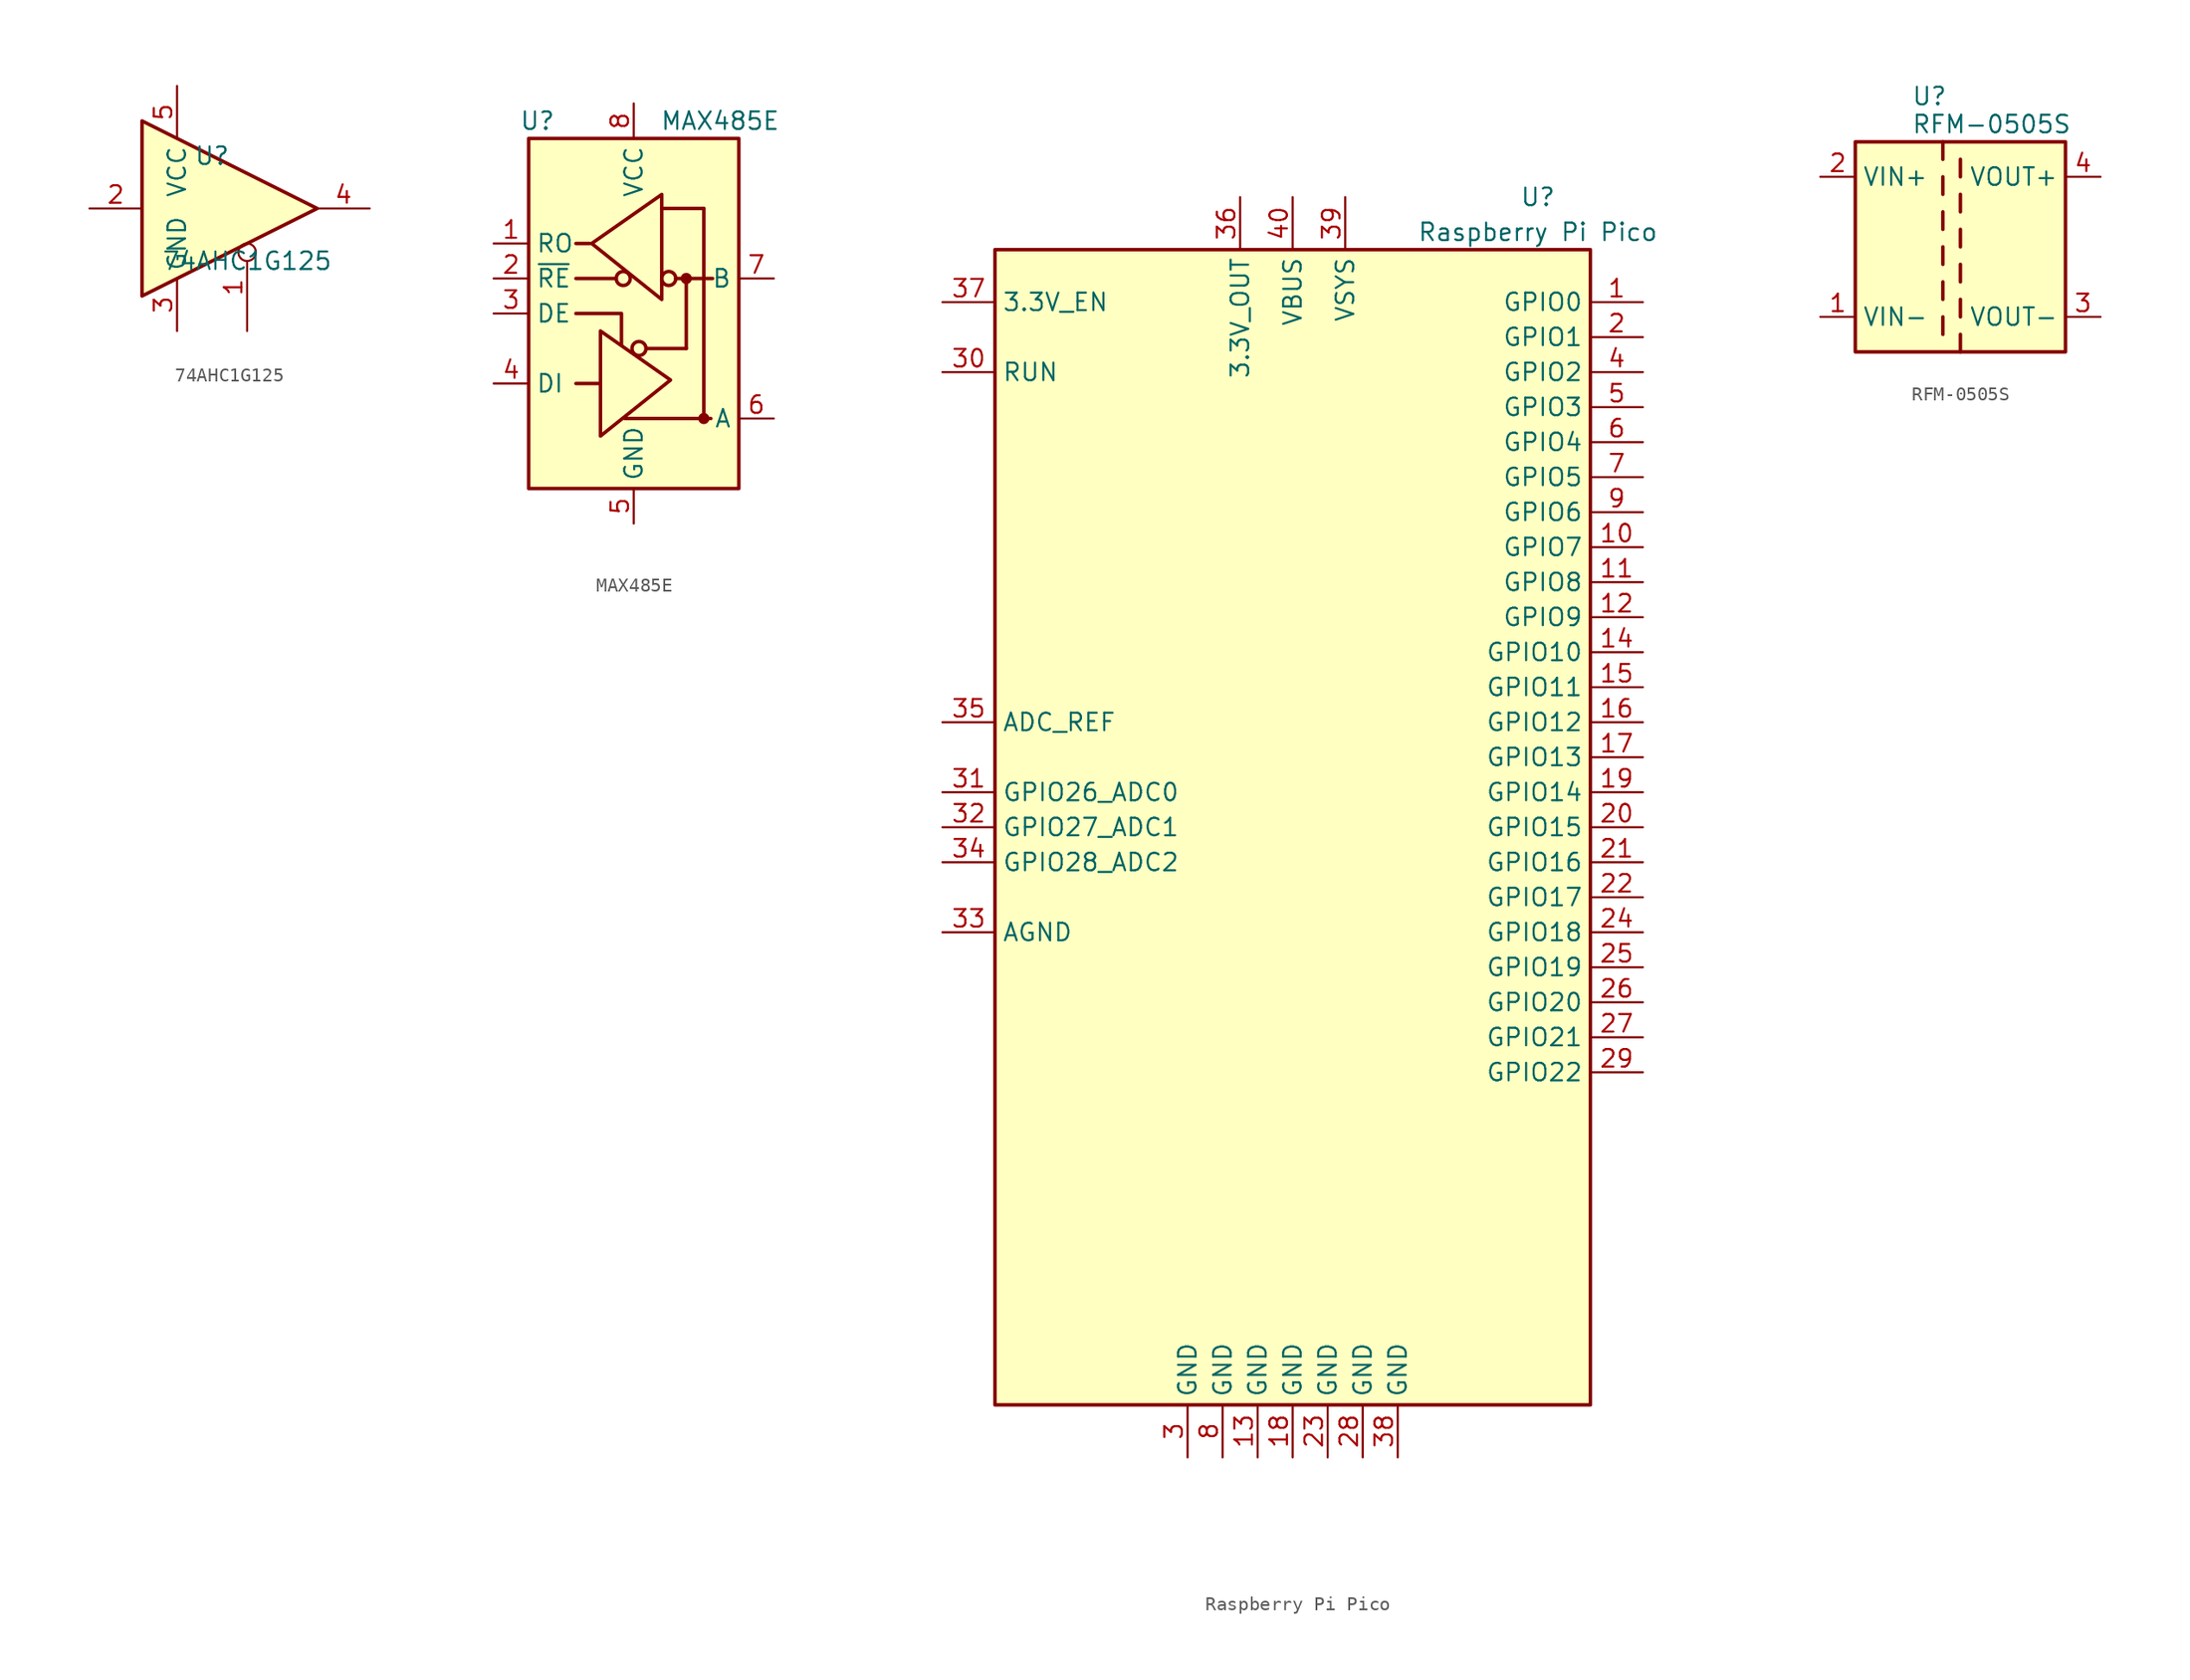
<source format=kicad_sym>
(kicad_symbol_lib
  (version 20231120)
  (generator "kicad_symbol_editor")
  (generator_version "8.0")
  (symbol "74AHC1G125"
    (property "Reference" "U"
      (at -2.54 3.81 0)
      (effects (font (size 1.27 1.27))))
    (property "Value" "74AHC1G125"
      (at 0 -3.81 0)
      (effects (font (size 1.27 1.27))))
    (symbol "74AHC1G125_0_1"
      (polyline (pts (xy -7.62 6.35) (xy -7.62 -6.35) (xy 5.08 0) (xy -7.62 6.35)) (stroke (width 0.254) (type default)) (fill (type background))))
    (symbol "74AHC1G125_1_1"
      (pin input inverted (at 0 -8.89 90) (length 6.35) (name "~" (effects (font (size 1.27 1.27)))) (number "1" (effects (font (size 1.27 1.27)))))
      (pin input line (at -11.43 0 0) (length 3.81) (name "~" (effects (font (size 1.27 1.27)))) (number "2" (effects (font (size 1.27 1.27)))))
      (pin power_in line (at -5.08 -8.89 90) (length 3.81) (name "GND" (effects (font (size 1.27 1.27)))) (number "3" (effects (font (size 1.27 1.27)))))
      (pin tri_state line (at 8.89 0 180) (length 3.81) (name "~" (effects (font (size 1.27 1.27)))) (number "4" (effects (font (size 1.27 1.27)))))
      (pin power_in line (at -5.08 8.89 270) (length 3.81) (name "VCC" (effects (font (size 1.27 1.27)))) (number "5" (effects (font (size 1.27 1.27)))))))
  (symbol "MAX485E"
    (property "Reference" "U"
      (at -6.985 13.97 0)
      (effects (font (size 1.27 1.27))))
    (property "Value" "MAX485E"
      (at 1.905 13.97 0)
      (effects (font (size 1.27 1.27)) (justify left)))
    (symbol "MAX485E_0_1"
      (rectangle (start -7.62 12.7) (end 7.62 -12.7) (stroke (width 0.254) (type default)) (fill (type background)))
      (polyline (pts (xy -4.191 2.54) (xy -1.27 2.54)) (stroke (width 0.254) (type default)) (fill (type none)))
      (polyline (pts (xy -2.54 -5.08) (xy -4.191 -5.08)) (stroke (width 0.254) (type default)) (fill (type none)))
      (polyline (pts (xy -0.635 -7.62) (xy 5.588 -7.62)) (stroke (width 0.254) (type default)) (fill (type none)))
      (polyline (pts (xy 0.889 -2.54) (xy 3.81 -2.54)) (stroke (width 0.254) (type default)) (fill (type none)))
      (polyline (pts (xy 2.032 7.62) (xy 5.08 7.62)) (stroke (width 0.254) (type default)) (fill (type none)))
      (polyline (pts (xy 3.048 2.54) (xy 5.715 2.54)) (stroke (width 0.254) (type default)) (fill (type none)))
      (polyline (pts (xy 3.81 -2.54) (xy 3.81 2.54)) (stroke (width 0.254) (type default)) (fill (type none)))
      (polyline (pts (xy 5.08 -7.62) (xy 5.08 7.62)) (stroke (width 0.254) (type default)) (fill (type none)))
      (polyline (pts (xy -4.191 0) (xy -0.889 0) (xy -0.889 -2.286)) (stroke (width 0.254) (type default)) (fill (type none)))
      (polyline (pts (xy -3.175 5.08) (xy -4.191 5.08) (xy -4.064 5.08)) (stroke (width 0.254) (type default)) (fill (type none)))
      (polyline (pts (xy -2.413 -5.08) (xy -2.413 -1.27) (xy 2.667 -4.826) (xy -2.413 -8.89) (xy -2.413 -5.08)) (stroke (width 0.254) (type default)) (fill (type none)))
      (circle (center 0.381 -2.54) (radius 0.508) (stroke (width 0.254) (type default)) (fill (type none)))
      (circle (center 3.81 2.54) (radius 0.279) (stroke (width 0.254) (type default)) (fill (type outline))))
    (symbol "MAX485E_1_1"
      (circle (center -0.762 2.54) (radius 0.508) (stroke (width 0.254) (type default)) (fill (type none)))
      (polyline (pts (xy 2.032 4.826) (xy 2.032 8.636) (xy -3.048 5.08) (xy 2.032 1.016) (xy 2.032 4.826)) (stroke (width 0.254) (type default)) (fill (type none)))
      (circle (center 2.54 2.54) (radius 0.508) (stroke (width 0.254) (type default)) (fill (type none)))
      (circle (center 5.08 -7.62) (radius 0.279) (stroke (width 0.254) (type default)) (fill (type outline)))
      (pin output line (at -10.16 5.08 0) (length 2.54) (name "RO" (effects (font (size 1.27 1.27)))) (number "1" (effects (font (size 1.27 1.27)))))
      (pin input line (at -10.16 2.54 0) (length 2.54) (name "~{RE}" (effects (font (size 1.27 1.27)))) (number "2" (effects (font (size 1.27 1.27)))))
      (pin input line (at -10.16 0 0) (length 2.54) (name "DE" (effects (font (size 1.27 1.27)))) (number "3" (effects (font (size 1.27 1.27)))))
      (pin input line (at -10.16 -5.08 0) (length 2.54) (name "DI" (effects (font (size 1.27 1.27)))) (number "4" (effects (font (size 1.27 1.27)))))
      (pin power_in line (at 0 -15.24 90) (length 2.54) (name "GND" (effects (font (size 1.27 1.27)))) (number "5" (effects (font (size 1.27 1.27)))))
      (pin bidirectional line (at 10.16 -7.62 180) (length 2.54) (name "A" (effects (font (size 1.27 1.27)))) (number "6" (effects (font (size 1.27 1.27)))))
      (pin bidirectional line (at 10.16 2.54 180) (length 2.54) (name "B" (effects (font (size 1.27 1.27)))) (number "7" (effects (font (size 1.27 1.27)))))
      (pin power_in line (at 0 15.24 270) (length 2.54) (name "VCC" (effects (font (size 1.27 1.27)))) (number "8" (effects (font (size 1.27 1.27)))))))
  (symbol "Raspberry Pi Pico"
    (property "Reference" "U"
      (at 17.78 45.72 0)
      (effects (font (size 1.27 1.27))))
    (property "Value" "Raspberry Pi Pico"
      (at 17.78 43.18 0)
      (effects (font (size 1.27 1.27))))
    (symbol "Raspberry Pi Pico_0_1"
      (rectangle (start -21.59 41.91) (end 21.59 -41.91) (stroke (width 0.254) (type default)) (fill (type background))))
    (symbol "Raspberry Pi Pico_1_1"
      (pin bidirectional line (at 25.4 38.1 180) (length 3.81) (name "GPIO0" (effects (font (size 1.27 1.27)))) (number "1" (effects (font (size 1.27 1.27)))))
      (pin bidirectional line (at 25.4 20.32 180) (length 3.81) (name "GPIO7" (effects (font (size 1.27 1.27)))) (number "10" (effects (font (size 1.27 1.27)))))
      (pin bidirectional line (at 25.4 17.78 180) (length 3.81) (name "GPIO8" (effects (font (size 1.27 1.27)))) (number "11" (effects (font (size 1.27 1.27)))))
      (pin bidirectional line (at 25.4 15.24 180) (length 3.81) (name "GPIO9" (effects (font (size 1.27 1.27)))) (number "12" (effects (font (size 1.27 1.27)))))
      (pin power_in line (at -2.54 -45.72 90) (length 3.81) (name "GND" (effects (font (size 1.27 1.27)))) (number "13" (effects (font (size 1.27 1.27)))))
      (pin bidirectional line (at 25.4 12.7 180) (length 3.81) (name "GPIO10" (effects (font (size 1.27 1.27)))) (number "14" (effects (font (size 1.27 1.27)))))
      (pin bidirectional line (at 25.4 10.16 180) (length 3.81) (name "GPIO11" (effects (font (size 1.27 1.27)))) (number "15" (effects (font (size 1.27 1.27)))))
      (pin bidirectional line (at 25.4 7.62 180) (length 3.81) (name "GPIO12" (effects (font (size 1.27 1.27)))) (number "16" (effects (font (size 1.27 1.27)))))
      (pin bidirectional line (at 25.4 5.08 180) (length 3.81) (name "GPIO13" (effects (font (size 1.27 1.27)))) (number "17" (effects (font (size 1.27 1.27)))))
      (pin power_in line (at 0 -45.72 90) (length 3.81) (name "GND" (effects (font (size 1.27 1.27)))) (number "18" (effects (font (size 1.27 1.27)))))
      (pin bidirectional line (at 25.4 2.54 180) (length 3.81) (name "GPIO14" (effects (font (size 1.27 1.27)))) (number "19" (effects (font (size 1.27 1.27)))))
      (pin bidirectional line (at 25.4 35.56 180) (length 3.81) (name "GPIO1" (effects (font (size 1.27 1.27)))) (number "2" (effects (font (size 1.27 1.27)))))
      (pin bidirectional line (at 25.4 0 180) (length 3.81) (name "GPIO15" (effects (font (size 1.27 1.27)))) (number "20" (effects (font (size 1.27 1.27)))))
      (pin bidirectional line (at 25.4 -2.54 180) (length 3.81) (name "GPIO16" (effects (font (size 1.27 1.27)))) (number "21" (effects (font (size 1.27 1.27)))))
      (pin bidirectional line (at 25.4 -5.08 180) (length 3.81) (name "GPIO17" (effects (font (size 1.27 1.27)))) (number "22" (effects (font (size 1.27 1.27)))))
      (pin power_in line (at 2.54 -45.72 90) (length 3.81) (name "GND" (effects (font (size 1.27 1.27)))) (number "23" (effects (font (size 1.27 1.27)))))
      (pin bidirectional line (at 25.4 -7.62 180) (length 3.81) (name "GPIO18" (effects (font (size 1.27 1.27)))) (number "24" (effects (font (size 1.27 1.27)))))
      (pin bidirectional line (at 25.4 -10.16 180) (length 3.81) (name "GPIO19" (effects (font (size 1.27 1.27)))) (number "25" (effects (font (size 1.27 1.27)))))
      (pin bidirectional line (at 25.4 -12.7 180) (length 3.81) (name "GPIO20" (effects (font (size 1.27 1.27)))) (number "26" (effects (font (size 1.27 1.27)))))
      (pin bidirectional line (at 25.4 -15.24 180) (length 3.81) (name "GPIO21" (effects (font (size 1.27 1.27)))) (number "27" (effects (font (size 1.27 1.27)))))
      (pin power_in line (at 5.08 -45.72 90) (length 3.81) (name "GND" (effects (font (size 1.27 1.27)))) (number "28" (effects (font (size 1.27 1.27)))))
      (pin bidirectional line (at 25.4 -17.78 180) (length 3.81) (name "GPIO22" (effects (font (size 1.27 1.27)))) (number "29" (effects (font (size 1.27 1.27)))))
      (pin power_in line (at -7.62 -45.72 90) (length 3.81) (name "GND" (effects (font (size 1.27 1.27)))) (number "3" (effects (font (size 1.27 1.27)))))
      (pin input line (at -25.4 33.02 0) (length 3.81) (name "RUN" (effects (font (size 1.27 1.27)))) (number "30" (effects (font (size 1.27 1.27)))))
      (pin bidirectional line (at -25.4 2.54 0) (length 3.81) (name "GPIO26_ADC0" (effects (font (size 1.27 1.27)))) (number "31" (effects (font (size 1.27 1.27)))))
      (pin bidirectional line (at -25.4 0 0) (length 3.81) (name "GPIO27_ADC1" (effects (font (size 1.27 1.27)))) (number "32" (effects (font (size 1.27 1.27)))))
      (pin power_in line (at -25.4 -7.62 0) (length 3.81) (name "AGND" (effects (font (size 1.27 1.27)))) (number "33" (effects (font (size 1.27 1.27)))))
      (pin bidirectional line (at -25.4 -2.54 0) (length 3.81) (name "GPIO28_ADC2" (effects (font (size 1.27 1.27)))) (number "34" (effects (font (size 1.27 1.27)))))
      (pin bidirectional line (at -25.4 7.62 0) (length 3.81) (name "ADC_REF" (effects (font (size 1.27 1.27)))) (number "35" (effects (font (size 1.27 1.27)))))
      (pin power_out line (at -3.81 45.72 270) (length 3.81) (name "3.3V_OUT" (effects (font (size 1.27 1.27)))) (number "36" (effects (font (size 1.27 1.27)))))
      (pin input line (at -25.4 38.1 0) (length 3.81) (name "3.3V_EN" (effects (font (size 1.27 1.27)))) (number "37" (effects (font (size 1.27 1.27)))))
      (pin power_in line (at 7.62 -45.72 90) (length 3.81) (name "GND" (effects (font (size 1.27 1.27)))) (number "38" (effects (font (size 1.27 1.27)))))
      (pin power_in line (at 3.81 45.72 270) (length 3.81) (name "VSYS" (effects (font (size 1.27 1.27)))) (number "39" (effects (font (size 1.27 1.27)))))
      (pin bidirectional line (at 25.4 33.02 180) (length 3.81) (name "GPIO2" (effects (font (size 1.27 1.27)))) (number "4" (effects (font (size 1.27 1.27)))))
      (pin power_in line (at 0 45.72 270) (length 3.81) (name "VBUS" (effects (font (size 1.27 1.27)))) (number "40" (effects (font (size 1.27 1.27)))))
      (pin bidirectional line (at 25.4 30.48 180) (length 3.81) (name "GPIO3" (effects (font (size 1.27 1.27)))) (number "5" (effects (font (size 1.27 1.27)))))
      (pin bidirectional line (at 25.4 27.94 180) (length 3.81) (name "GPIO4" (effects (font (size 1.27 1.27)))) (number "6" (effects (font (size 1.27 1.27)))))
      (pin bidirectional line (at 25.4 25.4 180) (length 3.81) (name "GPIO5" (effects (font (size 1.27 1.27)))) (number "7" (effects (font (size 1.27 1.27)))))
      (pin power_in line (at -5.08 -45.72 90) (length 3.81) (name "GND" (effects (font (size 1.27 1.27)))) (number "8" (effects (font (size 1.27 1.27)))))
      (pin bidirectional line (at 25.4 22.86 180) (length 3.81) (name "GPIO6" (effects (font (size 1.27 1.27)))) (number "9" (effects (font (size 1.27 1.27)))))))
  (symbol "RFM-0505S"
    (property "Reference" "U"
      (at -3.556 10.922 0)
      (effects (font (size 1.27 1.27)) (justify left)))
    (property "Value" "RFM-0505S"
      (at -3.556 8.89 0)
      (effects (font (size 1.27 1.27)) (justify left)))
    (symbol "RFM-0505S_0_1"
      (rectangle (start -7.62 7.62) (end 7.62 -7.62) (stroke (width 0.254) (type solid)) (fill (type background)))
      (polyline (pts (xy -1.27 -5.08) (xy -1.27 -6.35)) (stroke (width 0.254) (type solid)) (fill (type none)))
      (polyline (pts (xy -1.27 -2.54) (xy -1.27 -3.81)) (stroke (width 0.254) (type solid)) (fill (type none)))
      (polyline (pts (xy -1.27 0) (xy -1.27 -1.27)) (stroke (width 0.254) (type solid)) (fill (type none)))
      (polyline (pts (xy -1.27 2.54) (xy -1.27 1.27)) (stroke (width 0.254) (type solid)) (fill (type none)))
      (polyline (pts (xy -1.27 5.08) (xy -1.27 3.81)) (stroke (width 0.254) (type solid)) (fill (type none)))
      (polyline (pts (xy -1.27 7.62) (xy -1.27 6.35)) (stroke (width 0.254) (type solid)) (fill (type none)))
      (polyline (pts (xy 0 -7.62) (xy 0 -6.35)) (stroke (width 0.254) (type solid)) (fill (type none)))
      (polyline (pts (xy 0 -5.08) (xy 0 -3.81)) (stroke (width 0.254) (type solid)) (fill (type none)))
      (polyline (pts (xy 0 -1.27) (xy 0 -2.54)) (stroke (width 0.254) (type solid)) (fill (type none)))
      (polyline (pts (xy 0 0) (xy 0 1.27)) (stroke (width 0.254) (type solid)) (fill (type none)))
      (polyline (pts (xy 0 2.54) (xy 0 3.81)) (stroke (width 0.254) (type solid)) (fill (type none)))
      (polyline (pts (xy 0 5.08) (xy 0 6.35)) (stroke (width 0.254) (type solid)) (fill (type none))))
    (symbol "RFM-0505S_1_1"
      (pin power_in line (at -10.16 -5.08 0) (length 2.54) (name "VIN-" (effects (font (size 1.27 1.27)))) (number "1" (effects (font (size 1.27 1.27)))))
      (pin power_in line (at -10.16 5.08 0) (length 2.54) (name "VIN+" (effects (font (size 1.27 1.27)))) (number "2" (effects (font (size 1.27 1.27)))))
      (pin power_out line (at 10.16 -5.08 180) (length 2.54) (name "VOUT-" (effects (font (size 1.27 1.27)))) (number "3" (effects (font (size 1.27 1.27)))))
      (pin power_out line (at 10.16 5.08 180) (length 2.54) (name "VOUT+" (effects (font (size 1.27 1.27)))) (number "4" (effects (font (size 1.27 1.27))))))))
</source>
